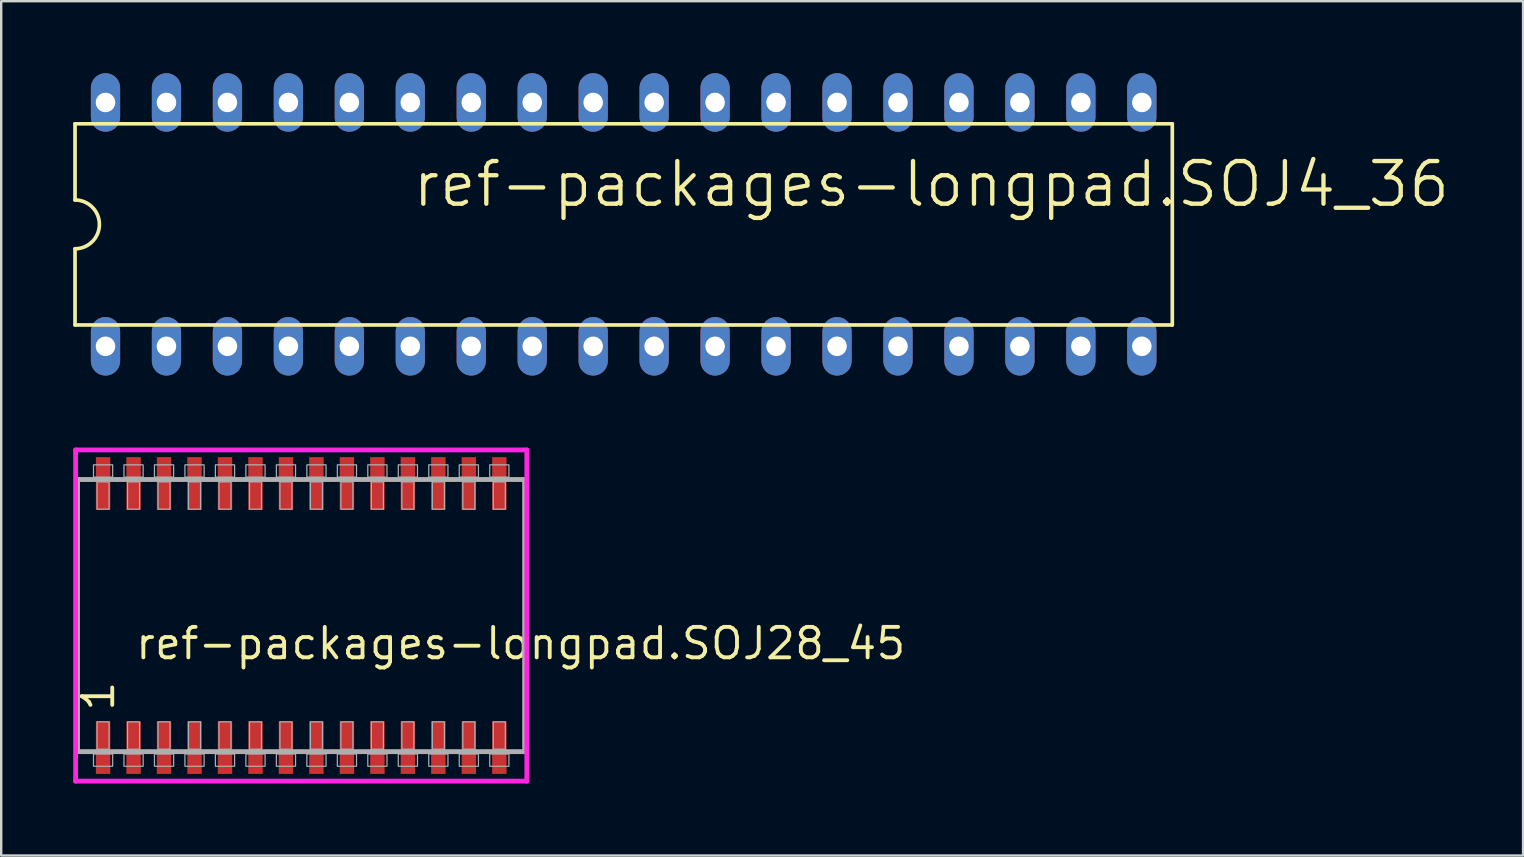
<source format=kicad_pcb>
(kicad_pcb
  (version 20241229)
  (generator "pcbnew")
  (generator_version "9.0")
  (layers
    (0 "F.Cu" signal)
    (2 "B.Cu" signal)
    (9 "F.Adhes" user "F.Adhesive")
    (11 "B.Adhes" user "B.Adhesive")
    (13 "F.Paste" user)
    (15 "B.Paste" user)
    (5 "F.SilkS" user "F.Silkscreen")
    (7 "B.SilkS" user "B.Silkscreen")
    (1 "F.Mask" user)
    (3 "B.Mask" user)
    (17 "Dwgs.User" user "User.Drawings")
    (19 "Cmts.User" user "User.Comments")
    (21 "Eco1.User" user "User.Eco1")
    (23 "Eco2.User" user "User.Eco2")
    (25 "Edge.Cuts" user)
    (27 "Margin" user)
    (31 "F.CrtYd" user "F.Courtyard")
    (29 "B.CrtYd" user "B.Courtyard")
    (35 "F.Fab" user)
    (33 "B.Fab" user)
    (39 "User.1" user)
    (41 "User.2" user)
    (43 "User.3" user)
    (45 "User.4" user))
  (footprint "ref-packages-longpad.SOJ28_45"
    (layer "F.Cu")
    (at 9.5 22.598)
    (property "Reference" "ref-packages-longpad.SOJ28_45" (at -6.985 1.905 0) (layer "F.SilkS") (effects (font (size 1.27 1.27) (thickness 0.16)) (justify left bottom)))
    (attr smd)
    (fp_line (start -9.4 -6.9) (end 9.4 -6.9) (stroke (width 0.2) (type default)) (layer "F.CrtYd"))
    (fp_line (start -9.4 6.9) (end -9.4 -6.9) (stroke (width 0.2) (type default)) (layer "F.CrtYd"))
    (fp_line (start 9.4 -6.9) (end 9.4 6.9) (stroke (width 0.2) (type default)) (layer "F.CrtYd"))
    (fp_line (start 9.4 6.9) (end -9.4 6.9) (stroke (width 0.2) (type default)) (layer "F.CrtYd"))
    (fp_line (start -9.32 -5.67) (end 9.31 -5.67) (stroke (width 0.203) (type default)) (layer "F.Fab"))
    (fp_line (start -9.32 5.67) (end -9.32 -5.67) (stroke (width 0.203) (type default)) (layer "F.Fab"))
    (fp_line (start 9.31 -5.67) (end 9.31 5.67) (stroke (width 0.203) (type default)) (layer "F.Fab"))
    (fp_line (start 9.31 5.67) (end -9.32 5.67) (stroke (width 0.203) (type default)) (layer "F.Fab"))
    (fp_rect (start -8.655 -5.77) (end -7.855 -6.28) (stroke (width 0.05) (type default)) (fill no) (layer "F.Fab"))
    (fp_rect (start -8.655 6.28) (end -7.855 5.77) (stroke (width 0.05) (type default)) (fill no) (layer "F.Fab"))
    (fp_rect (start -8.505 -4.43) (end -8.005 -5.57) (stroke (width 0.05) (type default)) (fill no) (layer "F.Fab"))
    (fp_rect (start -8.505 5.57) (end -8.005 4.43) (stroke (width 0.05) (type default)) (fill no) (layer "F.Fab"))
    (fp_rect (start -7.385 -5.77) (end -6.585 -6.28) (stroke (width 0.05) (type default)) (fill no) (layer "F.Fab"))
    (fp_rect (start -7.385 6.28) (end -6.585 5.77) (stroke (width 0.05) (type default)) (fill no) (layer "F.Fab"))
    (fp_rect (start -7.235 -4.43) (end -6.735 -5.57) (stroke (width 0.05) (type default)) (fill no) (layer "F.Fab"))
    (fp_rect (start -7.235 5.57) (end -6.735 4.43) (stroke (width 0.05) (type default)) (fill no) (layer "F.Fab"))
    (fp_rect (start -6.115 -5.77) (end -5.315 -6.28) (stroke (width 0.05) (type default)) (fill no) (layer "F.Fab"))
    (fp_rect (start -6.115 6.28) (end -5.315 5.77) (stroke (width 0.05) (type default)) (fill no) (layer "F.Fab"))
    (fp_rect (start -5.965 -4.43) (end -5.465 -5.57) (stroke (width 0.05) (type default)) (fill no) (layer "F.Fab"))
    (fp_rect (start -5.965 5.57) (end -5.465 4.43) (stroke (width 0.05) (type default)) (fill no) (layer "F.Fab"))
    (fp_rect (start -4.845 -5.77) (end -4.045 -6.28) (stroke (width 0.05) (type default)) (fill no) (layer "F.Fab"))
    (fp_rect (start -4.845 6.28) (end -4.045 5.77) (stroke (width 0.05) (type default)) (fill no) (layer "F.Fab"))
    (fp_rect (start -4.695 -4.43) (end -4.195 -5.57) (stroke (width 0.05) (type default)) (fill no) (layer "F.Fab"))
    (fp_rect (start -4.695 5.57) (end -4.195 4.43) (stroke (width 0.05) (type default)) (fill no) (layer "F.Fab"))
    (fp_rect (start -3.575 -5.77) (end -2.775 -6.28) (stroke (width 0.05) (type default)) (fill no) (layer "F.Fab"))
    (fp_rect (start -3.575 6.28) (end -2.775 5.77) (stroke (width 0.05) (type default)) (fill no) (layer "F.Fab"))
    (fp_rect (start -3.425 -4.43) (end -2.925 -5.57) (stroke (width 0.05) (type default)) (fill no) (layer "F.Fab"))
    (fp_rect (start -3.425 5.57) (end -2.925 4.43) (stroke (width 0.05) (type default)) (fill no) (layer "F.Fab"))
    (fp_rect (start -2.305 -5.77) (end -1.505 -6.28) (stroke (width 0.05) (type default)) (fill no) (layer "F.Fab"))
    (fp_rect (start -2.305 6.28) (end -1.505 5.77) (stroke (width 0.05) (type default)) (fill no) (layer "F.Fab"))
    (fp_rect (start -2.155 -4.43) (end -1.655 -5.57) (stroke (width 0.05) (type default)) (fill no) (layer "F.Fab"))
    (fp_rect (start -2.155 5.57) (end -1.655 4.43) (stroke (width 0.05) (type default)) (fill no) (layer "F.Fab"))
    (fp_rect (start -1.035 -5.77) (end -0.235 -6.28) (stroke (width 0.05) (type default)) (fill no) (layer "F.Fab"))
    (fp_rect (start -1.035 6.28) (end -0.235 5.77) (stroke (width 0.05) (type default)) (fill no) (layer "F.Fab"))
    (fp_rect (start -0.885 -4.43) (end -0.385 -5.57) (stroke (width 0.05) (type default)) (fill no) (layer "F.Fab"))
    (fp_rect (start -0.885 5.57) (end -0.385 4.43) (stroke (width 0.05) (type default)) (fill no) (layer "F.Fab"))
    (fp_rect (start 0.235 -5.77) (end 1.035 -6.28) (stroke (width 0.05) (type default)) (fill no) (layer "F.Fab"))
    (fp_rect (start 0.235 6.28) (end 1.035 5.77) (stroke (width 0.05) (type default)) (fill no) (layer "F.Fab"))
    (fp_rect (start 0.385 -4.43) (end 0.885 -5.57) (stroke (width 0.05) (type default)) (fill no) (layer "F.Fab"))
    (fp_rect (start 0.385 5.57) (end 0.885 4.43) (stroke (width 0.05) (type default)) (fill no) (layer "F.Fab"))
    (fp_rect (start 1.505 -5.77) (end 2.305 -6.28) (stroke (width 0.05) (type default)) (fill no) (layer "F.Fab"))
    (fp_rect (start 1.505 6.28) (end 2.305 5.77) (stroke (width 0.05) (type default)) (fill no) (layer "F.Fab"))
    (fp_rect (start 1.655 -4.43) (end 2.155 -5.57) (stroke (width 0.05) (type default)) (fill no) (layer "F.Fab"))
    (fp_rect (start 1.655 5.57) (end 2.155 4.43) (stroke (width 0.05) (type default)) (fill no) (layer "F.Fab"))
    (fp_rect (start 2.775 -5.77) (end 3.575 -6.28) (stroke (width 0.05) (type default)) (fill no) (layer "F.Fab"))
    (fp_rect (start 2.775 6.28) (end 3.575 5.77) (stroke (width 0.05) (type default)) (fill no) (layer "F.Fab"))
    (fp_rect (start 2.925 -4.43) (end 3.425 -5.57) (stroke (width 0.05) (type default)) (fill no) (layer "F.Fab"))
    (fp_rect (start 2.925 5.57) (end 3.425 4.43) (stroke (width 0.05) (type default)) (fill no) (layer "F.Fab"))
    (fp_rect (start 4.045 -5.77) (end 4.845 -6.28) (stroke (width 0.05) (type default)) (fill no) (layer "F.Fab"))
    (fp_rect (start 4.045 6.28) (end 4.845 5.77) (stroke (width 0.05) (type default)) (fill no) (layer "F.Fab"))
    (fp_rect (start 4.195 -4.43) (end 4.695 -5.57) (stroke (width 0.05) (type default)) (fill no) (layer "F.Fab"))
    (fp_rect (start 4.195 5.57) (end 4.695 4.43) (stroke (width 0.05) (type default)) (fill no) (layer "F.Fab"))
    (fp_rect (start 5.315 -5.77) (end 6.115 -6.28) (stroke (width 0.05) (type default)) (fill no) (layer "F.Fab"))
    (fp_rect (start 5.315 6.28) (end 6.115 5.77) (stroke (width 0.05) (type default)) (fill no) (layer "F.Fab"))
    (fp_rect (start 5.465 -4.43) (end 5.965 -5.57) (stroke (width 0.05) (type default)) (fill no) (layer "F.Fab"))
    (fp_rect (start 5.465 5.57) (end 5.965 4.43) (stroke (width 0.05) (type default)) (fill no) (layer "F.Fab"))
    (fp_rect (start 6.585 -5.77) (end 7.385 -6.28) (stroke (width 0.05) (type default)) (fill no) (layer "F.Fab"))
    (fp_rect (start 6.585 6.28) (end 7.385 5.77) (stroke (width 0.05) (type default)) (fill no) (layer "F.Fab"))
    (fp_rect (start 6.735 -4.43) (end 7.235 -5.57) (stroke (width 0.05) (type default)) (fill no) (layer "F.Fab"))
    (fp_rect (start 6.735 5.57) (end 7.235 4.43) (stroke (width 0.05) (type default)) (fill no) (layer "F.Fab"))
    (fp_rect (start 7.855 -5.77) (end 8.655 -6.28) (stroke (width 0.05) (type default)) (fill no) (layer "F.Fab"))
    (fp_rect (start 7.855 6.28) (end 8.655 5.77) (stroke (width 0.05) (type default)) (fill no) (layer "F.Fab"))
    (fp_rect (start 8.005 -4.43) (end 8.505 -5.57) (stroke (width 0.05) (type default)) (fill no) (layer "F.Fab"))
    (fp_rect (start 8.005 5.57) (end 8.505 4.43) (stroke (width 0.05) (type default)) (fill no) (layer "F.Fab"))
    (fp_text user "1" (at -7.71 4.07 90) (layer "F.SilkS") (effects (font (size 1.27 1.27) (thickness 0.16)) (justify left bottom)))
    (pad "1" smd roundrect (at -8.255 5.5) (size 0.6 2.2) (layers "F.Cu" "F.Mask" "F.Paste") (roundrect_rratio 0.01))
    (pad "2" smd roundrect (at -6.985 5.5) (size 0.6 2.2) (layers "F.Cu" "F.Mask" "F.Paste") (roundrect_rratio 0.01))
    (pad "3" smd roundrect (at -5.715 5.5) (size 0.6 2.2) (layers "F.Cu" "F.Mask" "F.Paste") (roundrect_rratio 0.01))
    (pad "4" smd roundrect (at -4.445 5.5) (size 0.6 2.2) (layers "F.Cu" "F.Mask" "F.Paste") (roundrect_rratio 0.01))
    (pad "5" smd roundrect (at -3.175 5.5) (size 0.6 2.2) (layers "F.Cu" "F.Mask" "F.Paste") (roundrect_rratio 0.01))
    (pad "6" smd roundrect (at -1.905 5.5) (size 0.6 2.2) (layers "F.Cu" "F.Mask" "F.Paste") (roundrect_rratio 0.01))
    (pad "7" smd roundrect (at -0.635 5.5) (size 0.6 2.2) (layers "F.Cu" "F.Mask" "F.Paste") (roundrect_rratio 0.01))
    (pad "8" smd roundrect (at 0.635 5.5) (size 0.6 2.2) (layers "F.Cu" "F.Mask" "F.Paste") (roundrect_rratio 0.01))
    (pad "9" smd roundrect (at 1.905 5.5) (size 0.6 2.2) (layers "F.Cu" "F.Mask" "F.Paste") (roundrect_rratio 0.01))
    (pad "10" smd roundrect (at 3.175 5.5) (size 0.6 2.2) (layers "F.Cu" "F.Mask" "F.Paste") (roundrect_rratio 0.01))
    (pad "11" smd roundrect (at 4.445 5.5) (size 0.6 2.2) (layers "F.Cu" "F.Mask" "F.Paste") (roundrect_rratio 0.01))
    (pad "12" smd roundrect (at 5.715 5.5) (size 0.6 2.2) (layers "F.Cu" "F.Mask" "F.Paste") (roundrect_rratio 0.01))
    (pad "13" smd roundrect (at 6.985 5.5) (size 0.6 2.2) (layers "F.Cu" "F.Mask" "F.Paste") (roundrect_rratio 0.01))
    (pad "14" smd roundrect (at 8.255 5.5) (size 0.6 2.2) (layers "F.Cu" "F.Mask" "F.Paste") (roundrect_rratio 0.01))
    (pad "15" smd roundrect (at 8.255 -5.5) (size 0.6 2.2) (layers "F.Cu" "F.Mask" "F.Paste") (roundrect_rratio 0.01))
    (pad "16" smd roundrect (at 6.985 -5.5) (size 0.6 2.2) (layers "F.Cu" "F.Mask" "F.Paste") (roundrect_rratio 0.01))
    (pad "17" smd roundrect (at 5.715 -5.5) (size 0.6 2.2) (layers "F.Cu" "F.Mask" "F.Paste") (roundrect_rratio 0.01))
    (pad "18" smd roundrect (at 4.445 -5.5) (size 0.6 2.2) (layers "F.Cu" "F.Mask" "F.Paste") (roundrect_rratio 0.01))
    (pad "19" smd roundrect (at 3.175 -5.5) (size 0.6 2.2) (layers "F.Cu" "F.Mask" "F.Paste") (roundrect_rratio 0.01))
    (pad "20" smd roundrect (at 1.905 -5.5) (size 0.6 2.2) (layers "F.Cu" "F.Mask" "F.Paste") (roundrect_rratio 0.01))
    (pad "21" smd roundrect (at 0.635 -5.5) (size 0.6 2.2) (layers "F.Cu" "F.Mask" "F.Paste") (roundrect_rratio 0.01))
    (pad "22" smd roundrect (at -0.635 -5.5) (size 0.6 2.2) (layers "F.Cu" "F.Mask" "F.Paste") (roundrect_rratio 0.01))
    (pad "23" smd roundrect (at -1.905 -5.5) (size 0.6 2.2) (layers "F.Cu" "F.Mask" "F.Paste") (roundrect_rratio 0.01))
    (pad "24" smd roundrect (at -3.175 -5.5) (size 0.6 2.2) (layers "F.Cu" "F.Mask" "F.Paste") (roundrect_rratio 0.01))
    (pad "25" smd roundrect (at -4.445 -5.5) (size 0.6 2.2) (layers "F.Cu" "F.Mask" "F.Paste") (roundrect_rratio 0.01))
    (pad "26" smd roundrect (at -5.715 -5.5) (size 0.6 2.2) (layers "F.Cu" "F.Mask" "F.Paste") (roundrect_rratio 0.01))
    (pad "27" smd roundrect (at -6.985 -5.5) (size 0.6 2.2) (layers "F.Cu" "F.Mask" "F.Paste") (roundrect_rratio 0.01))
    (pad "28" smd roundrect (at -8.255 -5.5) (size 0.6 2.2) (layers "F.Cu" "F.Mask" "F.Paste") (roundrect_rratio 0.01)))
  (footprint "ref-packages-longpad.SOJ4_36"
    (layer "F.Cu")
    (at 22.936 6.299)
    (property "Reference" "ref-packages-longpad.SOJ4_36" (at -8.89 -0.635 0) (layer "F.SilkS") (effects (font (size 1.778 1.778) (thickness 0.18)) (justify left bottom)))
    (attr through_hole)
    (fp_line (start -22.86 -4.191) (end -22.86 -1.016) (stroke (width 0.152) (type default)) (layer "F.SilkS"))
    (fp_line (start -22.86 4.191) (end -22.86 1.016) (stroke (width 0.152) (type default)) (layer "F.SilkS"))
    (fp_line (start -22.86 4.191) (end 22.86 4.191) (stroke (width 0.152) (type default)) (layer "F.SilkS"))
    (fp_line (start 22.86 -4.191) (end -22.86 -4.191) (stroke (width 0.152) (type default)) (layer "F.SilkS"))
    (fp_line (start 22.86 -4.191) (end 22.86 4.191) (stroke (width 0.152) (type default)) (layer "F.SilkS"))
    (fp_arc (start -22.86 -1.016) (mid -21.844 0) (end -22.86 1.016) (stroke (width 0.1524) (type default)) (layer "F.SilkS"))
    (pad "1" thru_hole oval (at -21.59 5.08 90) (size 2.438 1.219) (drill 0.813) (layers "*.Cu" "*.Mask"))
    (pad "2" thru_hole oval (at -19.05 5.08 90) (size 2.438 1.219) (drill 0.813) (layers "*.Cu" "*.Mask"))
    (pad "3" thru_hole oval (at -16.51 5.08 90) (size 2.438 1.219) (drill 0.813) (layers "*.Cu" "*.Mask"))
    (pad "4" thru_hole oval (at -13.97 5.08 90) (size 2.438 1.219) (drill 0.813) (layers "*.Cu" "*.Mask"))
    (pad "5" thru_hole oval (at -11.43 5.08 90) (size 2.438 1.219) (drill 0.813) (layers "*.Cu" "*.Mask"))
    (pad "6" thru_hole oval (at -8.89 5.08 90) (size 2.438 1.219) (drill 0.813) (layers "*.Cu" "*.Mask"))
    (pad "7" thru_hole oval (at -6.35 5.08 90) (size 2.438 1.219) (drill 0.813) (layers "*.Cu" "*.Mask"))
    (pad "8" thru_hole oval (at -3.81 5.08 90) (size 2.438 1.219) (drill 0.813) (layers "*.Cu" "*.Mask"))
    (pad "9" thru_hole oval (at -1.27 5.08 90) (size 2.438 1.219) (drill 0.813) (layers "*.Cu" "*.Mask"))
    (pad "10" thru_hole oval (at 1.27 5.08 90) (size 2.438 1.219) (drill 0.813) (layers "*.Cu" "*.Mask"))
    (pad "11" thru_hole oval (at 3.81 5.08 90) (size 2.438 1.219) (drill 0.813) (layers "*.Cu" "*.Mask"))
    (pad "12" thru_hole oval (at 6.35 5.08 90) (size 2.438 1.219) (drill 0.813) (layers "*.Cu" "*.Mask"))
    (pad "13" thru_hole oval (at 8.89 5.08 90) (size 2.438 1.219) (drill 0.813) (layers "*.Cu" "*.Mask"))
    (pad "14" thru_hole oval (at 11.43 5.08 90) (size 2.438 1.219) (drill 0.813) (layers "*.Cu" "*.Mask"))
    (pad "15" thru_hole oval (at 13.97 5.08 90) (size 2.438 1.219) (drill 0.813) (layers "*.Cu" "*.Mask"))
    (pad "16" thru_hole oval (at 16.51 5.08 90) (size 2.438 1.219) (drill 0.813) (layers "*.Cu" "*.Mask"))
    (pad "17" thru_hole oval (at 19.05 5.08 90) (size 2.438 1.219) (drill 0.813) (layers "*.Cu" "*.Mask"))
    (pad "18" thru_hole oval (at 21.59 5.08 90) (size 2.438 1.219) (drill 0.813) (layers "*.Cu" "*.Mask"))
    (pad "19" thru_hole oval (at 21.59 -5.08 90) (size 2.438 1.219) (drill 0.813) (layers "*.Cu" "*.Mask"))
    (pad "20" thru_hole oval (at 19.05 -5.08 90) (size 2.438 1.219) (drill 0.813) (layers "*.Cu" "*.Mask"))
    (pad "21" thru_hole oval (at 16.51 -5.08 90) (size 2.438 1.219) (drill 0.813) (layers "*.Cu" "*.Mask"))
    (pad "22" thru_hole oval (at 13.97 -5.08 90) (size 2.438 1.219) (drill 0.813) (layers "*.Cu" "*.Mask"))
    (pad "23" thru_hole oval (at 11.43 -5.08 90) (size 2.438 1.219) (drill 0.813) (layers "*.Cu" "*.Mask"))
    (pad "24" thru_hole oval (at 8.89 -5.08 90) (size 2.438 1.219) (drill 0.813) (layers "*.Cu" "*.Mask"))
    (pad "25" thru_hole oval (at 6.35 -5.08 90) (size 2.438 1.219) (drill 0.813) (layers "*.Cu" "*.Mask"))
    (pad "26" thru_hole oval (at 3.81 -5.08 90) (size 2.438 1.219) (drill 0.813) (layers "*.Cu" "*.Mask"))
    (pad "27" thru_hole oval (at 1.27 -5.08 90) (size 2.438 1.219) (drill 0.813) (layers "*.Cu" "*.Mask"))
    (pad "28" thru_hole oval (at -1.27 -5.08 90) (size 2.438 1.219) (drill 0.813) (layers "*.Cu" "*.Mask"))
    (pad "29" thru_hole oval (at -3.81 -5.08 90) (size 2.438 1.219) (drill 0.813) (layers "*.Cu" "*.Mask"))
    (pad "30" thru_hole oval (at -6.35 -5.08 90) (size 2.438 1.219) (drill 0.813) (layers "*.Cu" "*.Mask"))
    (pad "31" thru_hole oval (at -8.89 -5.08 90) (size 2.438 1.219) (drill 0.813) (layers "*.Cu" "*.Mask"))
    (pad "32" thru_hole oval (at -11.43 -5.08 90) (size 2.438 1.219) (drill 0.813) (layers "*.Cu" "*.Mask"))
    (pad "33" thru_hole oval (at -13.97 -5.08 90) (size 2.438 1.219) (drill 0.813) (layers "*.Cu" "*.Mask"))
    (pad "34" thru_hole oval (at -16.51 -5.08 90) (size 2.438 1.219) (drill 0.813) (layers "*.Cu" "*.Mask"))
    (pad "35" thru_hole oval (at -19.05 -5.08 90) (size 2.438 1.219) (drill 0.813) (layers "*.Cu" "*.Mask"))
    (pad "36" thru_hole oval (at -21.59 -5.08 90) (size 2.438 1.219) (drill 0.813) (layers "*.Cu" "*.Mask")))
  (gr_rect
    (start -3 -3)
    (end 60.411 32.598)
    (stroke (width 0.1) (type default))
    (fill no)
    (layer "Edge.Cuts")))
</source>
